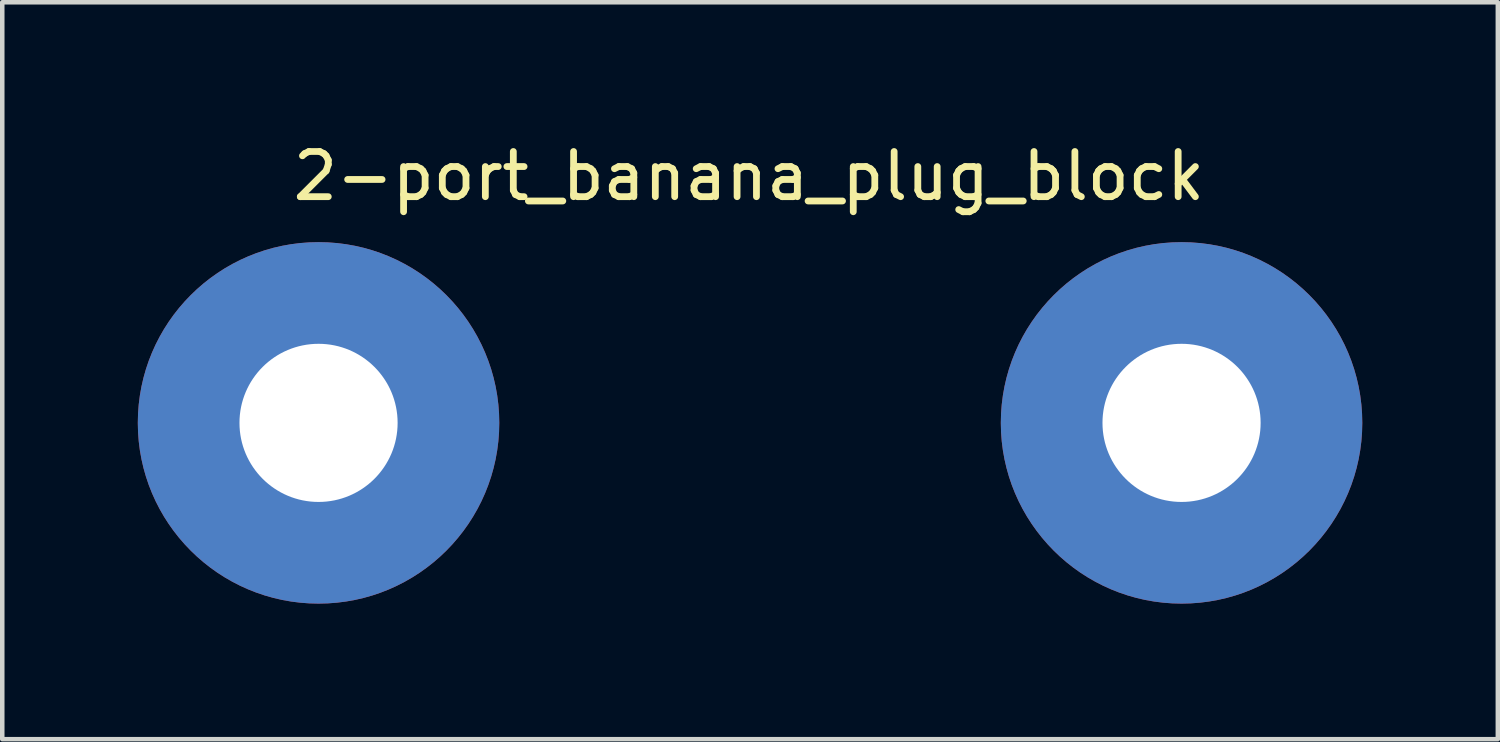
<source format=kicad_pcb>
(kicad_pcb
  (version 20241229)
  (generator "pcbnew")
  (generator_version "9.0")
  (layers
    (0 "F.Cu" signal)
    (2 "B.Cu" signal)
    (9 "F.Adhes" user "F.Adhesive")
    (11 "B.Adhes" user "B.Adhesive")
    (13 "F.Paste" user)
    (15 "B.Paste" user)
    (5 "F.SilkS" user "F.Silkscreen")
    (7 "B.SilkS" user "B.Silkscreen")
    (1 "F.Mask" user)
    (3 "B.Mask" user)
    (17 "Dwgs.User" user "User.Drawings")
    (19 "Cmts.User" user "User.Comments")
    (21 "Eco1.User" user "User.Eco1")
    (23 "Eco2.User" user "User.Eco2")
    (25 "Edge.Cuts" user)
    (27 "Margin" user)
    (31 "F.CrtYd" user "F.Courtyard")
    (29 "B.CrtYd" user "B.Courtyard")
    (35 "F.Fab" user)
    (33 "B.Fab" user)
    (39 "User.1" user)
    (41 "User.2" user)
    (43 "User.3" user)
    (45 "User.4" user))
  (footprint "2-port_banana_plug_block"
    (layer "F.Cu")
    (at 13.55 6.309)
    (property "Reference" "2-port_banana_plug_block" (at -0.025 -5.461 0) (layer "F.SilkS") (effects (font (size 1 1) (thickness 0.15))))
    (attr through_hole)
    (pad "1" thru_hole circle (at -9.55 0) (size 8 8) (drill 3.5) (layers "*.Cu" "*.Mask"))
    (pad "2" thru_hole circle (at 9.55 0) (size 8 8) (drill 3.5) (layers "*.Cu" "*.Mask")))
  (gr_rect
    (start -3 -3)
    (end 30.1 13.309)
    (stroke (width 0.1) (type default))
    (fill no)
    (layer "Edge.Cuts")))
</source>
